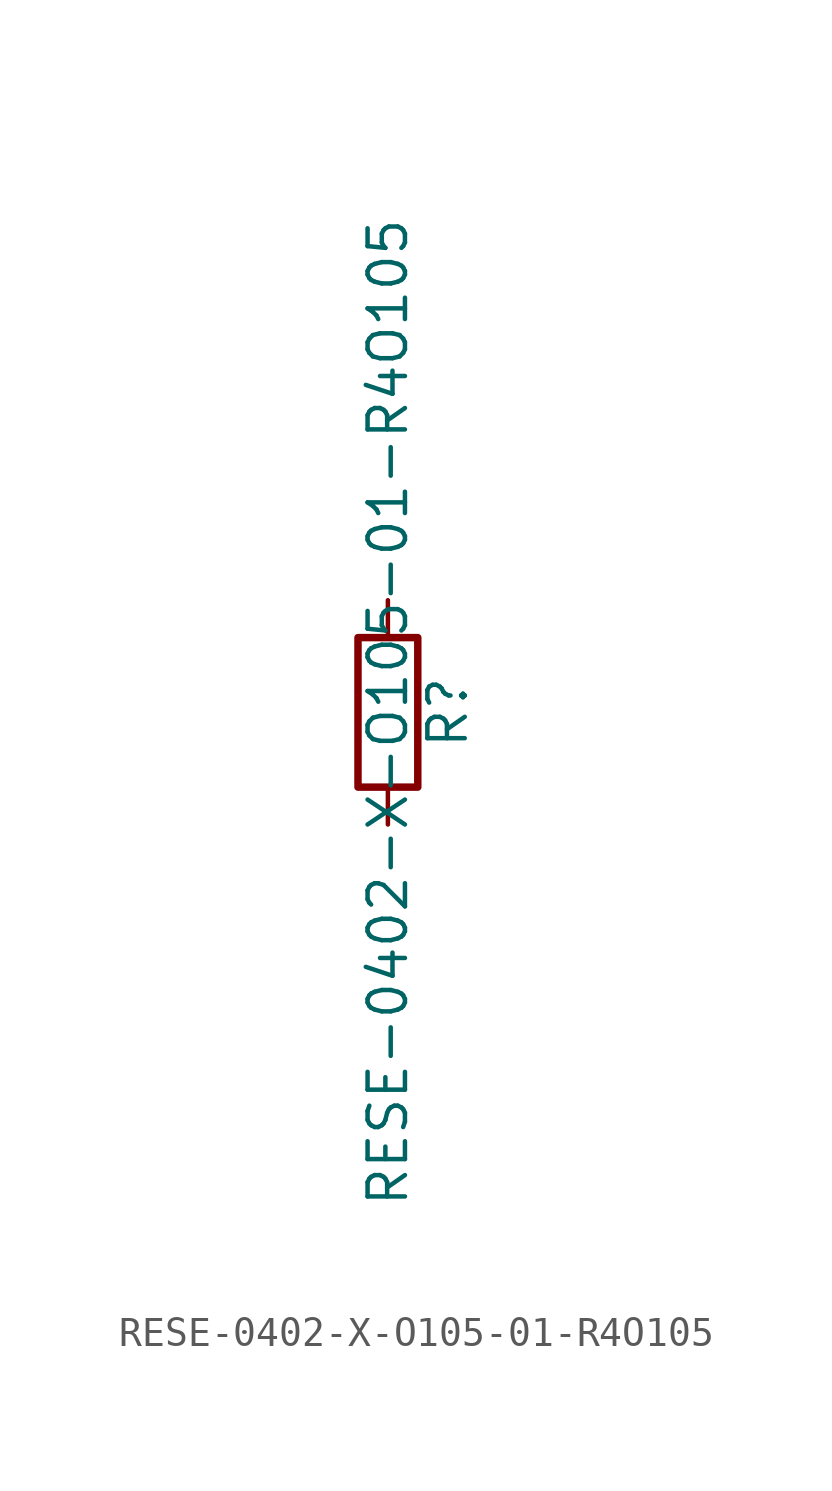
<source format=kicad_sym>
(kicad_symbol_lib
  (version 20211014)
  (generator kicad_symbol_editor)
  (symbol "RESE-0402-X-O105-01-R4O105"
    (pin_numbers hide)
    (pin_names
      (offset 0))
    (property "Reference" "R"
      (at 2.032 0 90)
      (effects (font (size 1.27 1.27))))
    (property "Value" "RESE-0402-X-O105-01-R4O105"
      (at 0 0 90)
      (effects (font (size 1.27 1.27))))
    (symbol "RESE-0402-X-O105-01-R4O105_0_1"
      (rectangle (start -1.016 -2.54) (end 1.016 2.54) (stroke (width 0.254) (type default) (color 0 0 0 0)) (fill (type none))))
    (symbol "RESE-0402-X-O105-01-R4O105_1_1"
      (pin passive line (at 0 3.81 270) (length 1.27) (name "~" (effects (font (size 1.27 1.27)))) (number "1" (effects (font (size 1.27 1.27)))))
      (pin passive line (at 0 -3.81 90) (length 1.27) (name "~" (effects (font (size 1.27 1.27)))) (number "2" (effects (font (size 1.27 1.27))))))))
</source>
